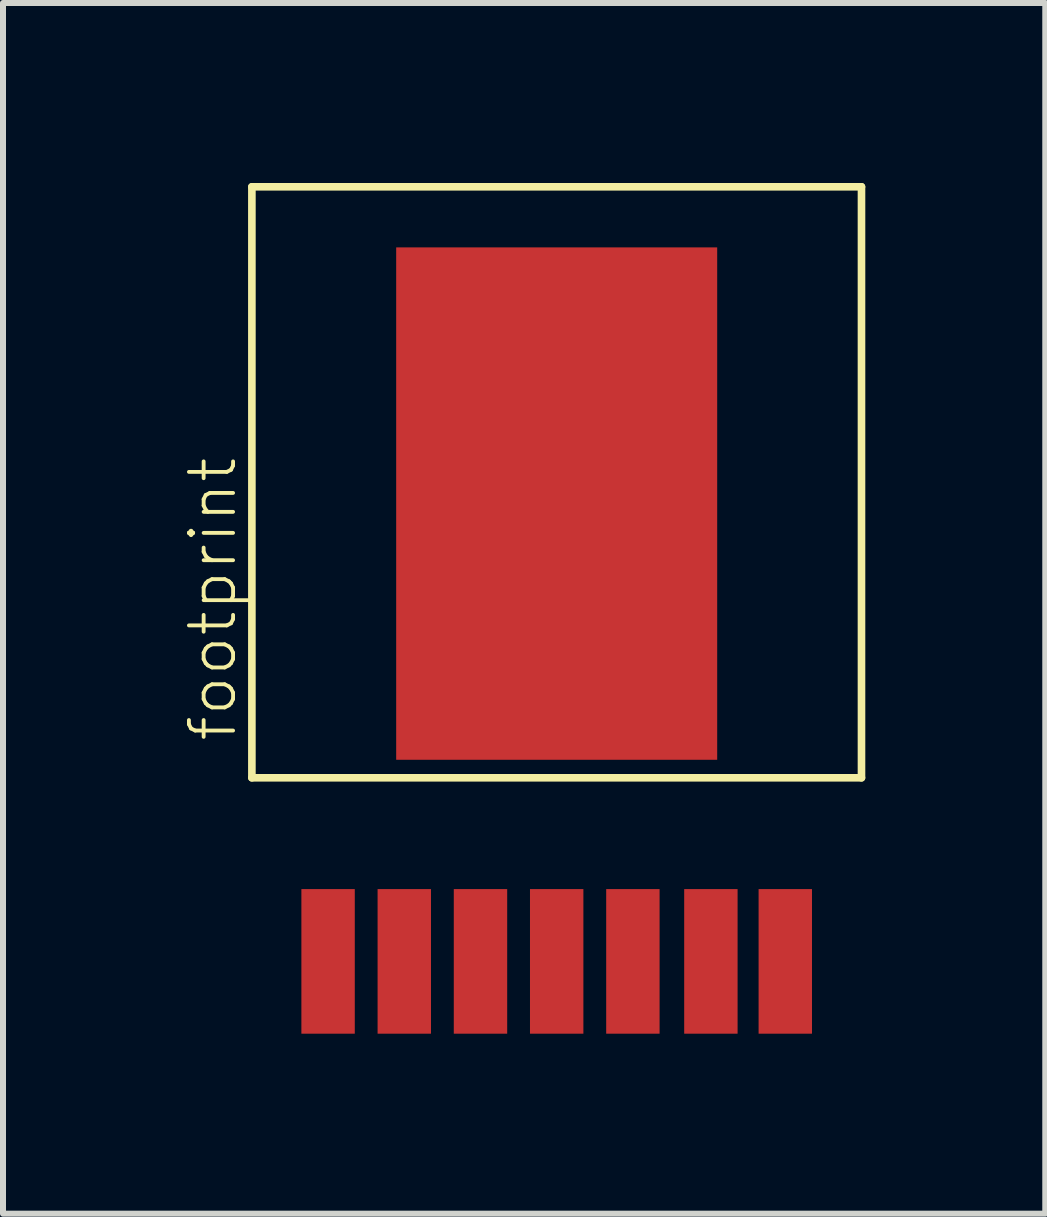
<source format=kicad_pcb>
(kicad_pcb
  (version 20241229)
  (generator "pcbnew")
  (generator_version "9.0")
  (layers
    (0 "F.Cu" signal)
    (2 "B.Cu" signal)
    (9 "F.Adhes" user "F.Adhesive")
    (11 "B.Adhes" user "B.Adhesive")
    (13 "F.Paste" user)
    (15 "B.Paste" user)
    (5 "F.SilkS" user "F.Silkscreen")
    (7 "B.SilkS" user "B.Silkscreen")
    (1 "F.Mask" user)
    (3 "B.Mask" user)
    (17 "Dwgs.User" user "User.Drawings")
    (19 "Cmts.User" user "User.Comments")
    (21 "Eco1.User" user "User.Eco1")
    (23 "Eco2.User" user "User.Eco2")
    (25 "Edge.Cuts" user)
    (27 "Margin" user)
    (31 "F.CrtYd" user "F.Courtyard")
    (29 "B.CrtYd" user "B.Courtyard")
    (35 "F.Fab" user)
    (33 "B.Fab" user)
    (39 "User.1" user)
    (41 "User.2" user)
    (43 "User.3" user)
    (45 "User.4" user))
  (footprint "footprint"
    (layer "F.Cu")
    (at 6.228 5.343)
    (property "Reference" "footprint" (at -5.3 4 90) (layer "F.SilkS") (effects (font (size 0.736 0.736) (thickness 0.064)) (justify left bottom)))
    (fp_line (start -5.08 -5.28) (end -5.08 4.57) (stroke (width 0.127) (type solid)) (layer "F.SilkS"))
    (fp_line (start -5.08 -5.28) (end 5.08 -5.28) (stroke (width 0.127) (type solid)) (layer "F.SilkS"))
    (fp_line (start -5.08 4.57) (end 5.08 4.57) (stroke (width 0.127) (type solid)) (layer "F.SilkS"))
    (fp_line (start 5.08 -5.28) (end 5.08 4.57) (stroke (width 0.127) (type solid)) (layer "F.SilkS"))
    (pad "1" smd rect (at -3.81 7.63 90) (size 2.41 0.89) (layers "F.Cu" "F.Mask" "F.Paste"))
    (pad "2" smd rect (at -2.54 7.63 90) (size 2.41 0.89) (layers "F.Cu" "F.Mask" "F.Paste"))
    (pad "3" smd rect (at -1.27 7.63 90) (size 2.41 0.89) (layers "F.Cu" "F.Mask" "F.Paste"))
    (pad "4" smd rect (at 0 7.63 90) (size 2.41 0.89) (layers "F.Cu" "F.Mask" "F.Paste"))
    (pad "5" smd rect (at 1.27 7.63 90) (size 2.41 0.89) (layers "F.Cu" "F.Mask" "F.Paste"))
    (pad "6" smd rect (at 2.57 7.63 90) (size 2.41 0.89) (layers "F.Cu" "F.Mask" "F.Paste"))
    (pad "7" smd rect (at 3.81 7.63 90) (size 2.41 0.89) (layers "F.Cu" "F.Mask" "F.Paste"))
    (pad "EP" smd rect (at 0 0) (size 5.35 8.54) (layers "F.Cu" "F.Mask" "F.Paste")))
  (gr_rect
    (start -3 -3)
    (end 14.371 17.178)
    (stroke (width 0.1) (type default))
    (fill no)
    (layer "Edge.Cuts")))
</source>
